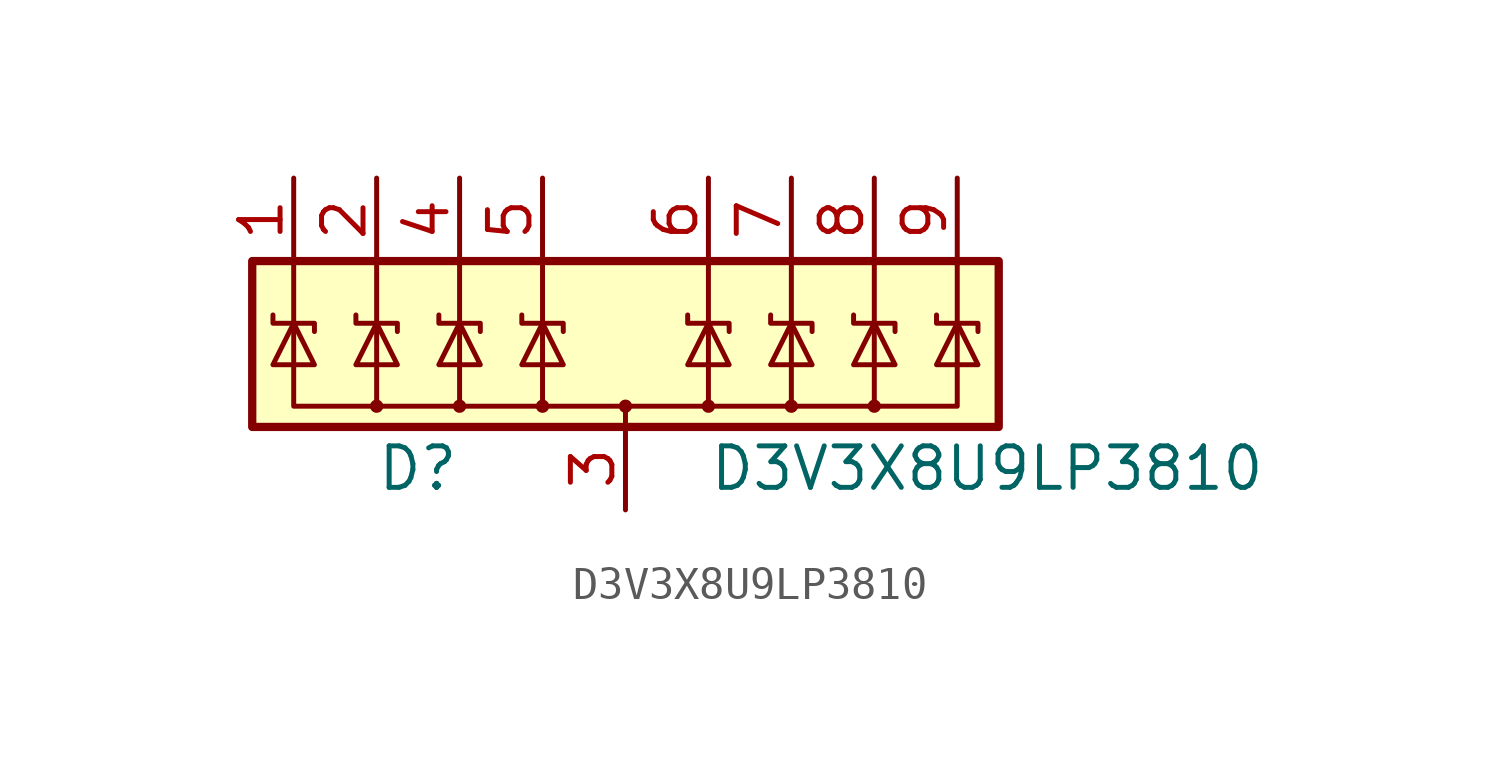
<source format=kicad_sym>
(kicad_symbol_lib
  (version 20231120)
  (generator "kicad_symbol_editor")
  (generator_version "8.0")
  (symbol "D3V3X8U9LP3810"
    (pin_names hide)
    (property "Reference" "D"
      (at -5.08 -3.81 0)
      (effects (font (size 1.27 1.27)) (justify right)))
    (property "Value" "D3V3X8U9LP3810"
      (at 2.54 -3.81 0)
      (effects (font (size 1.27 1.27)) (justify left)))
    (symbol "D3V3X8U9LP3810_0_0"
      (pin passive line (at 0 -5.08 90) (length 2.54) (name "_GND" (effects (font (size 1.27 1.27)))) (number "3" (effects (font (size 1.27 1.27))))))
    (symbol "D3V3X8U9LP3810_0_1"
      (rectangle (start -11.43 2.54) (end 11.43 -2.54) (stroke (width 0.254) (type default)) (fill (type background)))
      (circle (center -7.62 -1.905) (radius 0.127) (stroke (width 0) (type default)) (fill (type none)))
      (circle (center -5.08 -1.905) (radius 0.127) (stroke (width 0) (type default)) (fill (type none)))
      (circle (center -2.54 -1.905) (radius 0.127) (stroke (width 0) (type default)) (fill (type none)))
      (circle (center 0 -1.905) (radius 0.127) (stroke (width 0) (type default)) (fill (type none)))
      (polyline (pts (xy -7.62 2.54) (xy -7.62 -1.905)) (stroke (width 0) (type default)) (fill (type none)))
      (polyline (pts (xy -5.08 2.54) (xy -5.08 -1.905)) (stroke (width 0) (type default)) (fill (type none)))
      (polyline (pts (xy -2.54 2.54) (xy -2.54 -1.905)) (stroke (width 0) (type default)) (fill (type none)))
      (polyline (pts (xy 0 -1.905) (xy 0 -2.54)) (stroke (width 0.152) (type default)) (fill (type none)))
      (polyline (pts (xy 2.54 2.54) (xy 2.54 -1.905)) (stroke (width 0) (type default)) (fill (type none)))
      (polyline (pts (xy 5.08 2.54) (xy 5.08 -1.905)) (stroke (width 0) (type default)) (fill (type none)))
      (polyline (pts (xy 7.62 2.54) (xy 7.62 -1.905)) (stroke (width 0) (type default)) (fill (type none)))
      (polyline (pts (xy -10.795 -0.635) (xy -9.525 -0.635) (xy -10.16 0.635) (xy -10.795 -0.635)) (stroke (width 0) (type default)) (fill (type none)))
      (polyline (pts (xy -10.795 0.889) (xy -10.795 0.635) (xy -9.525 0.635) (xy -9.525 0.381)) (stroke (width 0.152) (type default)) (fill (type none)))
      (polyline (pts (xy -10.16 2.54) (xy -10.16 -1.905) (xy 10.16 -1.905) (xy 10.16 2.54)) (stroke (width 0) (type default)) (fill (type none)))
      (polyline (pts (xy -8.255 -0.635) (xy -6.985 -0.635) (xy -7.62 0.635) (xy -8.255 -0.635)) (stroke (width 0) (type default)) (fill (type none)))
      (polyline (pts (xy -8.255 0.889) (xy -8.255 0.635) (xy -6.985 0.635) (xy -6.985 0.381)) (stroke (width 0.152) (type default)) (fill (type none)))
      (polyline (pts (xy -5.715 -0.635) (xy -4.445 -0.635) (xy -5.08 0.635) (xy -5.715 -0.635)) (stroke (width 0) (type default)) (fill (type none)))
      (polyline (pts (xy -5.715 0.889) (xy -5.715 0.635) (xy -4.445 0.635) (xy -4.445 0.381)) (stroke (width 0.152) (type default)) (fill (type none)))
      (polyline (pts (xy -3.175 -0.635) (xy -1.905 -0.635) (xy -2.54 0.635) (xy -3.175 -0.635)) (stroke (width 0) (type default)) (fill (type none)))
      (polyline (pts (xy -3.175 0.889) (xy -3.175 0.635) (xy -1.905 0.635) (xy -1.905 0.381)) (stroke (width 0.152) (type default)) (fill (type none)))
      (polyline (pts (xy 1.905 -0.635) (xy 3.175 -0.635) (xy 2.54 0.635) (xy 1.905 -0.635)) (stroke (width 0) (type default)) (fill (type none)))
      (polyline (pts (xy 1.905 0.889) (xy 1.905 0.635) (xy 3.175 0.635) (xy 3.175 0.381)) (stroke (width 0.152) (type default)) (fill (type none)))
      (polyline (pts (xy 4.445 -0.635) (xy 5.715 -0.635) (xy 5.08 0.635) (xy 4.445 -0.635)) (stroke (width 0) (type default)) (fill (type none)))
      (polyline (pts (xy 4.445 0.889) (xy 4.445 0.635) (xy 5.715 0.635) (xy 5.715 0.381)) (stroke (width 0.152) (type default)) (fill (type none)))
      (polyline (pts (xy 6.985 -0.635) (xy 8.255 -0.635) (xy 7.62 0.635) (xy 6.985 -0.635)) (stroke (width 0) (type default)) (fill (type none)))
      (polyline (pts (xy 6.985 0.889) (xy 6.985 0.635) (xy 8.255 0.635) (xy 8.255 0.381)) (stroke (width 0.152) (type default)) (fill (type none)))
      (polyline (pts (xy 9.525 -0.635) (xy 10.795 -0.635) (xy 10.16 0.635) (xy 9.525 -0.635)) (stroke (width 0) (type default)) (fill (type none)))
      (polyline (pts (xy 9.525 0.889) (xy 9.525 0.635) (xy 10.795 0.635) (xy 10.795 0.381)) (stroke (width 0.152) (type default)) (fill (type none)))
      (circle (center 2.54 -1.905) (radius 0.127) (stroke (width 0) (type default)) (fill (type none)))
      (circle (center 5.08 -1.905) (radius 0.127) (stroke (width 0) (type default)) (fill (type none)))
      (circle (center 7.62 -1.905) (radius 0.127) (stroke (width 0) (type default)) (fill (type none))))
    (symbol "D3V3X8U9LP3810_1_1"
      (pin passive line (at -10.16 5.08 270) (length 2.54) (name "IO1" (effects (font (size 1.27 1.27)))) (number "1" (effects (font (size 1.27 1.27)))))
      (pin passive line (at -7.62 5.08 270) (length 2.54) (name "IO2" (effects (font (size 1.27 1.27)))) (number "2" (effects (font (size 1.27 1.27)))))
      (pin passive line (at -5.08 5.08 270) (length 2.54) (name "IO4" (effects (font (size 1.27 1.27)))) (number "4" (effects (font (size 1.27 1.27)))))
      (pin passive line (at -2.54 5.08 270) (length 2.54) (name "IO5" (effects (font (size 1.27 1.27)))) (number "5" (effects (font (size 1.27 1.27)))))
      (pin passive line (at 2.54 5.08 270) (length 2.54) (name "IO6" (effects (font (size 1.27 1.27)))) (number "6" (effects (font (size 1.27 1.27)))))
      (pin passive line (at 5.08 5.08 270) (length 2.54) (name "IO7" (effects (font (size 1.27 1.27)))) (number "7" (effects (font (size 1.27 1.27)))))
      (pin passive line (at 7.62 5.08 270) (length 2.54) (name "IO8" (effects (font (size 1.27 1.27)))) (number "8" (effects (font (size 1.27 1.27)))))
      (pin passive line (at 10.16 5.08 270) (length 2.54) (name "IO9" (effects (font (size 1.27 1.27)))) (number "9" (effects (font (size 1.27 1.27))))))))
</source>
